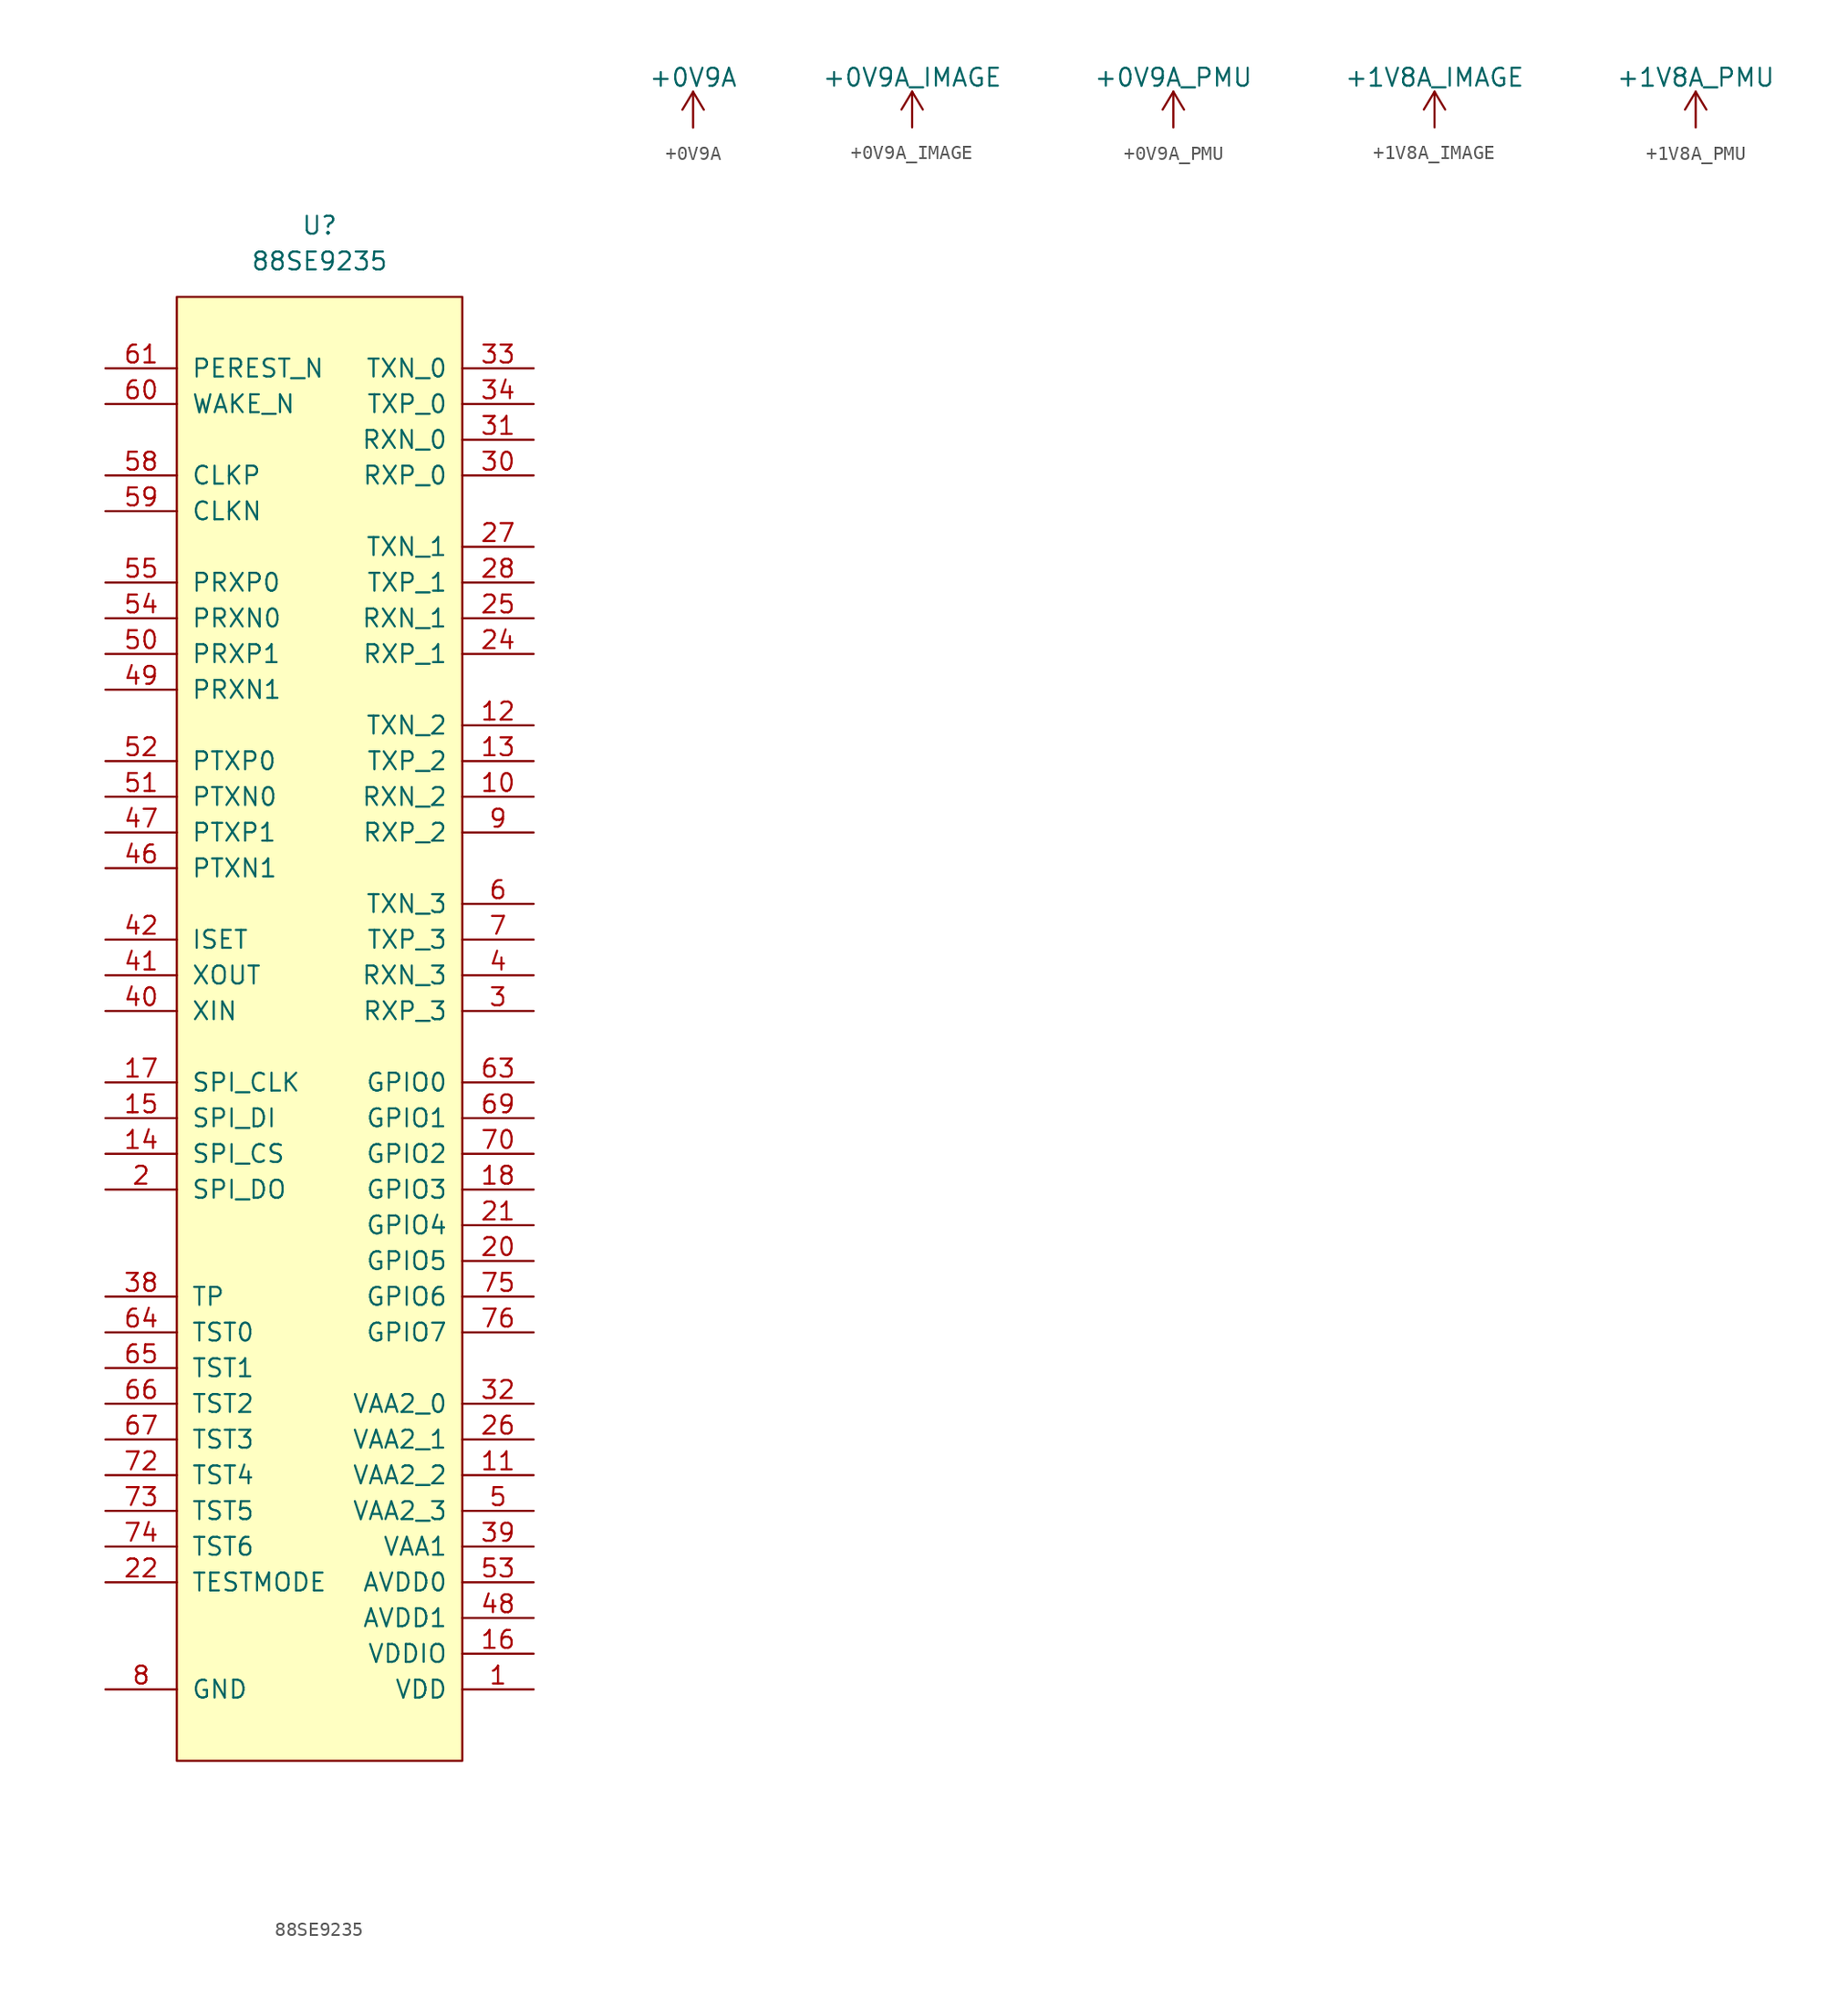
<source format=kicad_sym>
(kicad_symbol_lib
  (version 20211014)
  (generator kicad_symbol_editor)
  (symbol "88SE9235"
    (pin_names
      (offset 1.016))
    (property "Reference" "U"
      (at 0 0 0)
      (effects (font (size 1.27 1.27))))
    (property "Value" "88SE9235"
      (at 0 -2.54 0)
      (effects (font (size 1.27 1.27))))
    (symbol "88SE9235_0_1"
      (rectangle (start -10.16 -5.08) (end 10.16 -109.22) (stroke (width 0) (type default) (color 0 0 0 0)) (fill (type background))))
    (symbol "88SE9235_1_1"
      (pin power_in line (at 15.24 -104.14 180) (length 5.08) (name "VDD" (effects (font (size 1.27 1.27)))) (number "1" (effects (font (size 1.27 1.27)))))
      (pin input line (at 15.24 -40.64 180) (length 5.08) (name "RXN_2" (effects (font (size 1.27 1.27)))) (number "10" (effects (font (size 1.27 1.27)))))
      (pin power_in line (at 15.24 -88.9 180) (length 5.08) (name "VAA2_2" (effects (font (size 1.27 1.27)))) (number "11" (effects (font (size 1.27 1.27)))))
      (pin output line (at 15.24 -35.56 180) (length 5.08) (name "TXN_2" (effects (font (size 1.27 1.27)))) (number "12" (effects (font (size 1.27 1.27)))))
      (pin output line (at 15.24 -38.1 180) (length 5.08) (name "TXP_2" (effects (font (size 1.27 1.27)))) (number "13" (effects (font (size 1.27 1.27)))))
      (pin output line (at -15.24 -66.04 0) (length 5.08) (name "SPI_CS" (effects (font (size 1.27 1.27)))) (number "14" (effects (font (size 1.27 1.27)))))
      (pin input line (at -15.24 -63.5 0) (length 5.08) (name "SPI_DI" (effects (font (size 1.27 1.27)))) (number "15" (effects (font (size 1.27 1.27)))))
      (pin power_in line (at 15.24 -101.6 180) (length 5.08) (name "VDDIO" (effects (font (size 1.27 1.27)))) (number "16" (effects (font (size 1.27 1.27)))))
      (pin output line (at -15.24 -60.96 0) (length 5.08) (name "SPI_CLK" (effects (font (size 1.27 1.27)))) (number "17" (effects (font (size 1.27 1.27)))))
      (pin bidirectional line (at 15.24 -68.58 180) (length 5.08) (name "GPIO3" (effects (font (size 1.27 1.27)))) (number "18" (effects (font (size 1.27 1.27)))))
      (pin power_in line (at 15.24 -104.14 180) (length 5.08) hide (name "VDD" (effects (font (size 1.27 1.27)))) (number "19" (effects (font (size 1.27 1.27)))))
      (pin output line (at -15.24 -68.58 0) (length 5.08) (name "SPI_DO" (effects (font (size 1.27 1.27)))) (number "2" (effects (font (size 1.27 1.27)))))
      (pin bidirectional line (at 15.24 -73.66 180) (length 5.08) (name "GPIO5" (effects (font (size 1.27 1.27)))) (number "20" (effects (font (size 1.27 1.27)))))
      (pin bidirectional line (at 15.24 -71.12 180) (length 5.08) (name "GPIO4" (effects (font (size 1.27 1.27)))) (number "21" (effects (font (size 1.27 1.27)))))
      (pin input line (at -15.24 -96.52 0) (length 5.08) (name "TESTMODE" (effects (font (size 1.27 1.27)))) (number "22" (effects (font (size 1.27 1.27)))))
      (pin power_in line (at 15.24 -104.14 180) (length 5.08) hide (name "VDD" (effects (font (size 1.27 1.27)))) (number "23" (effects (font (size 1.27 1.27)))))
      (pin input line (at 15.24 -30.48 180) (length 5.08) (name "RXP_1" (effects (font (size 1.27 1.27)))) (number "24" (effects (font (size 1.27 1.27)))))
      (pin input line (at 15.24 -27.94 180) (length 5.08) (name "RXN_1" (effects (font (size 1.27 1.27)))) (number "25" (effects (font (size 1.27 1.27)))))
      (pin power_in line (at 15.24 -86.36 180) (length 5.08) (name "VAA2_1" (effects (font (size 1.27 1.27)))) (number "26" (effects (font (size 1.27 1.27)))))
      (pin output line (at 15.24 -22.86 180) (length 5.08) (name "TXN_1" (effects (font (size 1.27 1.27)))) (number "27" (effects (font (size 1.27 1.27)))))
      (pin output line (at 15.24 -25.4 180) (length 5.08) (name "TXP_1" (effects (font (size 1.27 1.27)))) (number "28" (effects (font (size 1.27 1.27)))))
      (pin power_in line (at -15.24 -104.14 0) (length 5.08) hide (name "GND" (effects (font (size 1.27 1.27)))) (number "29" (effects (font (size 1.27 1.27)))))
      (pin input line (at 15.24 -55.88 180) (length 5.08) (name "RXP_3" (effects (font (size 1.27 1.27)))) (number "3" (effects (font (size 1.27 1.27)))))
      (pin input line (at 15.24 -17.78 180) (length 5.08) (name "RXP_0" (effects (font (size 1.27 1.27)))) (number "30" (effects (font (size 1.27 1.27)))))
      (pin input line (at 15.24 -15.24 180) (length 5.08) (name "RXN_0" (effects (font (size 1.27 1.27)))) (number "31" (effects (font (size 1.27 1.27)))))
      (pin power_in line (at 15.24 -83.82 180) (length 5.08) (name "VAA2_0" (effects (font (size 1.27 1.27)))) (number "32" (effects (font (size 1.27 1.27)))))
      (pin output line (at 15.24 -10.16 180) (length 5.08) (name "TXN_0" (effects (font (size 1.27 1.27)))) (number "33" (effects (font (size 1.27 1.27)))))
      (pin output line (at 15.24 -12.7 180) (length 5.08) (name "TXP_0" (effects (font (size 1.27 1.27)))) (number "34" (effects (font (size 1.27 1.27)))))
      (pin power_in line (at 15.24 -104.14 180) (length 5.08) hide (name "VDD" (effects (font (size 1.27 1.27)))) (number "36" (effects (font (size 1.27 1.27)))))
      (pin bidirectional line (at -15.24 -76.2 0) (length 5.08) (name "TP" (effects (font (size 1.27 1.27)))) (number "38" (effects (font (size 1.27 1.27)))))
      (pin power_in line (at 15.24 -93.98 180) (length 5.08) (name "VAA1" (effects (font (size 1.27 1.27)))) (number "39" (effects (font (size 1.27 1.27)))))
      (pin input line (at 15.24 -53.34 180) (length 5.08) (name "RXN_3" (effects (font (size 1.27 1.27)))) (number "4" (effects (font (size 1.27 1.27)))))
      (pin input line (at -15.24 -55.88 0) (length 5.08) (name "XIN" (effects (font (size 1.27 1.27)))) (number "40" (effects (font (size 1.27 1.27)))))
      (pin output line (at -15.24 -53.34 0) (length 5.08) (name "XOUT" (effects (font (size 1.27 1.27)))) (number "41" (effects (font (size 1.27 1.27)))))
      (pin bidirectional line (at -15.24 -50.8 0) (length 5.08) (name "ISET" (effects (font (size 1.27 1.27)))) (number "42" (effects (font (size 1.27 1.27)))))
      (pin power_in line (at 15.24 -104.14 180) (length 5.08) hide (name "VDD" (effects (font (size 1.27 1.27)))) (number "44" (effects (font (size 1.27 1.27)))))
      (pin power_in line (at -15.24 -104.14 0) (length 5.08) hide (name "GND" (effects (font (size 1.27 1.27)))) (number "45" (effects (font (size 1.27 1.27)))))
      (pin output line (at -15.24 -45.72 0) (length 5.08) (name "PTXN1" (effects (font (size 1.27 1.27)))) (number "46" (effects (font (size 1.27 1.27)))))
      (pin output line (at -15.24 -43.18 0) (length 5.08) (name "PTXP1" (effects (font (size 1.27 1.27)))) (number "47" (effects (font (size 1.27 1.27)))))
      (pin power_in line (at 15.24 -99.06 180) (length 5.08) (name "AVDD1" (effects (font (size 1.27 1.27)))) (number "48" (effects (font (size 1.27 1.27)))))
      (pin input line (at -15.24 -33.02 0) (length 5.08) (name "PRXN1" (effects (font (size 1.27 1.27)))) (number "49" (effects (font (size 1.27 1.27)))))
      (pin power_in line (at 15.24 -91.44 180) (length 5.08) (name "VAA2_3" (effects (font (size 1.27 1.27)))) (number "5" (effects (font (size 1.27 1.27)))))
      (pin input line (at -15.24 -30.48 0) (length 5.08) (name "PRXP1" (effects (font (size 1.27 1.27)))) (number "50" (effects (font (size 1.27 1.27)))))
      (pin output line (at -15.24 -40.64 0) (length 5.08) (name "PTXN0" (effects (font (size 1.27 1.27)))) (number "51" (effects (font (size 1.27 1.27)))))
      (pin output line (at -15.24 -38.1 0) (length 5.08) (name "PTXP0" (effects (font (size 1.27 1.27)))) (number "52" (effects (font (size 1.27 1.27)))))
      (pin power_in line (at 15.24 -96.52 180) (length 5.08) (name "AVDD0" (effects (font (size 1.27 1.27)))) (number "53" (effects (font (size 1.27 1.27)))))
      (pin input line (at -15.24 -27.94 0) (length 5.08) (name "PRXN0" (effects (font (size 1.27 1.27)))) (number "54" (effects (font (size 1.27 1.27)))))
      (pin input line (at -15.24 -25.4 0) (length 5.08) (name "PRXP0" (effects (font (size 1.27 1.27)))) (number "55" (effects (font (size 1.27 1.27)))))
      (pin power_in line (at -15.24 -104.14 0) (length 5.08) hide (name "GND" (effects (font (size 1.27 1.27)))) (number "56" (effects (font (size 1.27 1.27)))))
      (pin input line (at -15.24 -17.78 0) (length 5.08) (name "CLKP" (effects (font (size 1.27 1.27)))) (number "58" (effects (font (size 1.27 1.27)))))
      (pin input line (at -15.24 -20.32 0) (length 5.08) (name "CLKN" (effects (font (size 1.27 1.27)))) (number "59" (effects (font (size 1.27 1.27)))))
      (pin output line (at 15.24 -48.26 180) (length 5.08) (name "TXN_3" (effects (font (size 1.27 1.27)))) (number "6" (effects (font (size 1.27 1.27)))))
      (pin open_collector line (at -15.24 -12.7 0) (length 5.08) (name "WAKE_N" (effects (font (size 1.27 1.27)))) (number "60" (effects (font (size 1.27 1.27)))))
      (pin input line (at -15.24 -10.16 0) (length 5.08) (name "PEREST_N" (effects (font (size 1.27 1.27)))) (number "61" (effects (font (size 1.27 1.27)))))
      (pin power_in line (at 15.24 -104.14 180) (length 5.08) hide (name "VDD" (effects (font (size 1.27 1.27)))) (number "62" (effects (font (size 1.27 1.27)))))
      (pin bidirectional line (at 15.24 -60.96 180) (length 5.08) (name "GPIO0" (effects (font (size 1.27 1.27)))) (number "63" (effects (font (size 1.27 1.27)))))
      (pin bidirectional line (at -15.24 -78.74 0) (length 5.08) (name "TST0" (effects (font (size 1.27 1.27)))) (number "64" (effects (font (size 1.27 1.27)))))
      (pin bidirectional line (at -15.24 -81.28 0) (length 5.08) (name "TST1" (effects (font (size 1.27 1.27)))) (number "65" (effects (font (size 1.27 1.27)))))
      (pin bidirectional line (at -15.24 -83.82 0) (length 5.08) (name "TST2" (effects (font (size 1.27 1.27)))) (number "66" (effects (font (size 1.27 1.27)))))
      (pin bidirectional line (at -15.24 -86.36 0) (length 5.08) (name "TST3" (effects (font (size 1.27 1.27)))) (number "67" (effects (font (size 1.27 1.27)))))
      (pin power_in line (at 15.24 -101.6 180) (length 5.08) hide (name "VDDIO" (effects (font (size 1.27 1.27)))) (number "68" (effects (font (size 1.27 1.27)))))
      (pin bidirectional line (at 15.24 -63.5 180) (length 5.08) (name "GPIO1" (effects (font (size 1.27 1.27)))) (number "69" (effects (font (size 1.27 1.27)))))
      (pin output line (at 15.24 -50.8 180) (length 5.08) (name "TXP_3" (effects (font (size 1.27 1.27)))) (number "7" (effects (font (size 1.27 1.27)))))
      (pin bidirectional line (at 15.24 -66.04 180) (length 5.08) (name "GPIO2" (effects (font (size 1.27 1.27)))) (number "70" (effects (font (size 1.27 1.27)))))
      (pin power_in line (at 15.24 -104.14 180) (length 5.08) hide (name "VDD" (effects (font (size 1.27 1.27)))) (number "71" (effects (font (size 1.27 1.27)))))
      (pin bidirectional line (at -15.24 -88.9 0) (length 5.08) (name "TST4" (effects (font (size 1.27 1.27)))) (number "72" (effects (font (size 1.27 1.27)))))
      (pin bidirectional line (at -15.24 -91.44 0) (length 5.08) (name "TST5" (effects (font (size 1.27 1.27)))) (number "73" (effects (font (size 1.27 1.27)))))
      (pin bidirectional line (at -15.24 -93.98 0) (length 5.08) (name "TST6" (effects (font (size 1.27 1.27)))) (number "74" (effects (font (size 1.27 1.27)))))
      (pin bidirectional line (at 15.24 -76.2 180) (length 5.08) (name "GPIO6" (effects (font (size 1.27 1.27)))) (number "75" (effects (font (size 1.27 1.27)))))
      (pin bidirectional line (at 15.24 -78.74 180) (length 5.08) (name "GPIO7" (effects (font (size 1.27 1.27)))) (number "76" (effects (font (size 1.27 1.27)))))
      (pin power_in line (at -15.24 -104.14 0) (length 5.08) (name "GND" (effects (font (size 1.27 1.27)))) (number "8" (effects (font (size 1.27 1.27)))))
      (pin input line (at 15.24 -43.18 180) (length 5.08) (name "RXP_2" (effects (font (size 1.27 1.27)))) (number "9" (effects (font (size 1.27 1.27)))))))
  (symbol "+0V9A"
    (power)
    (pin_names
      (offset 0))
    (property "Reference" "#PWR"
      (at 0 -3.81 0)
      (effects (font (size 1.27 1.27)) hide))
    (property "Value" "+0V9A"
      (at 0 3.556 0)
      (effects (font (size 1.27 1.27))))
    (symbol "+0V9A_0_1"
      (polyline (pts (xy -0.762 1.27) (xy 0 2.54)) (stroke (width 0) (type default) (color 0 0 0 0)) (fill (type none)))
      (polyline (pts (xy 0 0) (xy 0 2.54)) (stroke (width 0) (type default) (color 0 0 0 0)) (fill (type none)))
      (polyline (pts (xy 0 2.54) (xy 0.762 1.27)) (stroke (width 0) (type default) (color 0 0 0 0)) (fill (type none))))
    (symbol "+0V9A_1_1"
      (pin power_in line (at 0 0 90) (length 0) hide (name "+0V9A" (effects (font (size 1.27 1.27)))) (number "1" (effects (font (size 1.27 1.27)))))))
  (symbol "+0V9A_IMAGE"
    (power)
    (pin_names
      (offset 0))
    (property "Reference" "#PWR"
      (at 0 -3.81 0)
      (effects (font (size 1.27 1.27)) hide))
    (property "Value" "+0V9A_IMAGE"
      (at 0 3.556 0)
      (effects (font (size 1.27 1.27))))
    (symbol "+0V9A_IMAGE_0_1"
      (polyline (pts (xy -0.762 1.27) (xy 0 2.54)) (stroke (width 0) (type default) (color 0 0 0 0)) (fill (type none)))
      (polyline (pts (xy 0 0) (xy 0 2.54)) (stroke (width 0) (type default) (color 0 0 0 0)) (fill (type none)))
      (polyline (pts (xy 0 2.54) (xy 0.762 1.27)) (stroke (width 0) (type default) (color 0 0 0 0)) (fill (type none))))
    (symbol "+0V9A_IMAGE_1_1"
      (pin power_in line (at 0 0 90) (length 0) hide (name "+0V9A_IMAGE" (effects (font (size 1.27 1.27)))) (number "1" (effects (font (size 1.27 1.27)))))))
  (symbol "+0V9A_PMU"
    (power)
    (pin_names
      (offset 0))
    (property "Reference" "#PWR"
      (at 0 -3.81 0)
      (effects (font (size 1.27 1.27)) hide))
    (property "Value" "+0V9A_PMU"
      (at 0 3.556 0)
      (effects (font (size 1.27 1.27))))
    (symbol "+0V9A_PMU_0_1"
      (polyline (pts (xy -0.762 1.27) (xy 0 2.54)) (stroke (width 0) (type default) (color 0 0 0 0)) (fill (type none)))
      (polyline (pts (xy 0 0) (xy 0 2.54)) (stroke (width 0) (type default) (color 0 0 0 0)) (fill (type none)))
      (polyline (pts (xy 0 2.54) (xy 0.762 1.27)) (stroke (width 0) (type default) (color 0 0 0 0)) (fill (type none))))
    (symbol "+0V9A_PMU_1_1"
      (pin power_in line (at 0 0 90) (length 0) hide (name "+0V9A_PMU" (effects (font (size 1.27 1.27)))) (number "1" (effects (font (size 1.27 1.27)))))))
  (symbol "+1V8A_IMAGE"
    (power)
    (pin_names
      (offset 0))
    (property "Reference" "#PWR"
      (at 0 -3.81 0)
      (effects (font (size 1.27 1.27)) hide))
    (property "Value" "+1V8A_IMAGE"
      (at 0 3.556 0)
      (effects (font (size 1.27 1.27))))
    (symbol "+1V8A_IMAGE_0_1"
      (polyline (pts (xy -0.762 1.27) (xy 0 2.54)) (stroke (width 0) (type default) (color 0 0 0 0)) (fill (type none)))
      (polyline (pts (xy 0 0) (xy 0 2.54)) (stroke (width 0) (type default) (color 0 0 0 0)) (fill (type none)))
      (polyline (pts (xy 0 2.54) (xy 0.762 1.27)) (stroke (width 0) (type default) (color 0 0 0 0)) (fill (type none))))
    (symbol "+1V8A_IMAGE_1_1"
      (pin power_in line (at 0 0 90) (length 0) hide (name "+1V8A_IMAGE" (effects (font (size 1.27 1.27)))) (number "1" (effects (font (size 1.27 1.27)))))))
  (symbol "+1V8A_PMU"
    (power)
    (pin_names
      (offset 0))
    (property "Reference" "#PWR"
      (at 0 -3.81 0)
      (effects (font (size 1.27 1.27)) hide))
    (property "Value" "+1V8A_PMU"
      (at 0 3.556 0)
      (effects (font (size 1.27 1.27))))
    (symbol "+1V8A_PMU_0_1"
      (polyline (pts (xy -0.762 1.27) (xy 0 2.54)) (stroke (width 0) (type default) (color 0 0 0 0)) (fill (type none)))
      (polyline (pts (xy 0 0) (xy 0 2.54)) (stroke (width 0) (type default) (color 0 0 0 0)) (fill (type none)))
      (polyline (pts (xy 0 2.54) (xy 0.762 1.27)) (stroke (width 0) (type default) (color 0 0 0 0)) (fill (type none))))
    (symbol "+1V8A_PMU_1_1"
      (pin power_in line (at 0 0 90) (length 0) hide (name "+1V8A_NPU" (effects (font (size 1.27 1.27)))) (number "1" (effects (font (size 1.27 1.27))))))))
</source>
